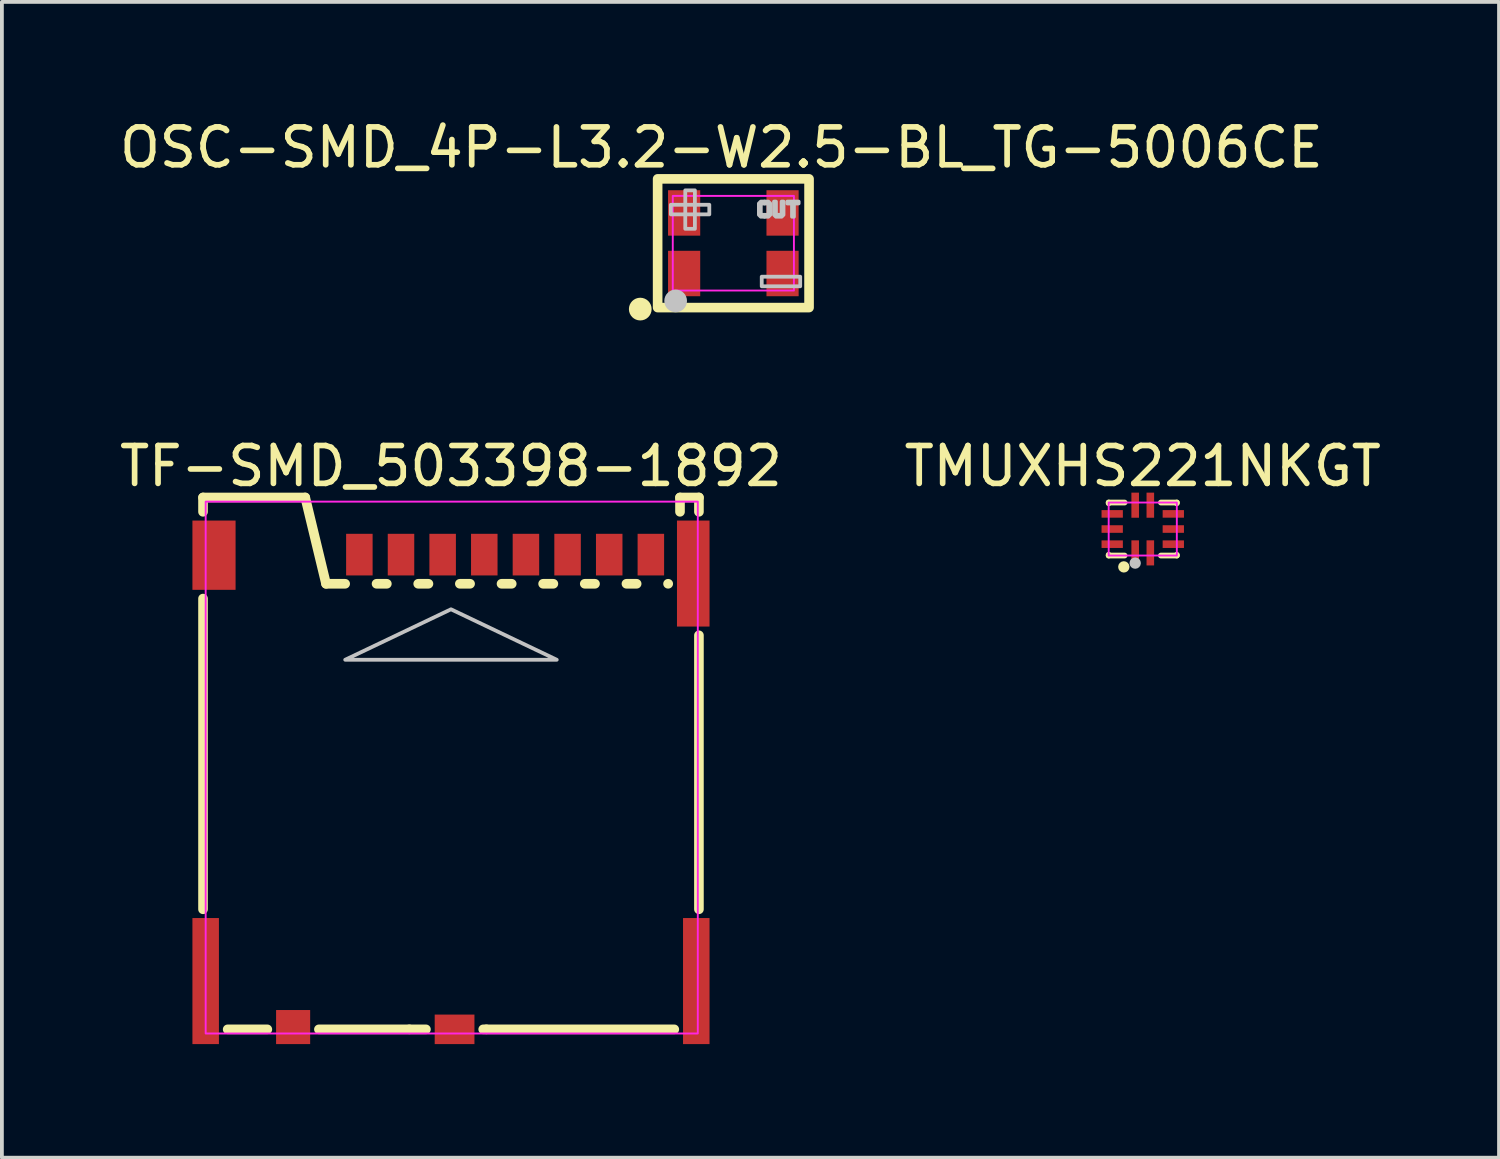
<source format=kicad_pcb>
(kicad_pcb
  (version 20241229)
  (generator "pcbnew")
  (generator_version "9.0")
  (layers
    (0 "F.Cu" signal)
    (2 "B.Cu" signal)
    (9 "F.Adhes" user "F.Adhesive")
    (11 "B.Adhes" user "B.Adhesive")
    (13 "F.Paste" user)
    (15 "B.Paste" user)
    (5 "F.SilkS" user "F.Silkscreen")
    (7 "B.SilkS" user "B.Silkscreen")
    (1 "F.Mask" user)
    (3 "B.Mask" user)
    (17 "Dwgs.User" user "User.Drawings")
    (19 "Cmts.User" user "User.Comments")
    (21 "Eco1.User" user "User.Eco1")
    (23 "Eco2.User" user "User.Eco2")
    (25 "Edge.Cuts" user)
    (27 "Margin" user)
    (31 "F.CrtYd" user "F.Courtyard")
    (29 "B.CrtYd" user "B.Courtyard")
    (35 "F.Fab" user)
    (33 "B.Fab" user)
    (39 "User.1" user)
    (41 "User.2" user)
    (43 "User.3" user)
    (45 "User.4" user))
  (footprint "TF-SMD_503398-1892"
    (layer "F.Cu")
    (at 8.863 17.871)
    (property "Reference" "TF-SMD_503398-1892" (at 0 -8.607 0) (layer "F.SilkS") (effects (font (size 1 1) (thickness 0.15))))
    (fp_line (start -6.55 -7.78) (end -6.55 -7.401) (stroke (width 0.254) (type default)) (layer "F.SilkS"))
    (fp_line (start -6.55 -7.78) (end -3.85 -7.78) (stroke (width 0.254) (type default)) (layer "F.SilkS"))
    (fp_line (start -6.55 -5.109) (end -6.55 3.099) (stroke (width 0.254) (type default)) (layer "F.SilkS"))
    (fp_line (start -4.851 6.27) (end -5.899 6.27) (stroke (width 0.254) (type default)) (layer "F.SilkS"))
    (fp_line (start -3.85 -7.78) (end -3.3 -5.5) (stroke (width 0.254) (type default)) (layer "F.SilkS"))
    (fp_line (start -3.3 -5.5) (end -2.795 -5.5) (stroke (width 0.254) (type default)) (layer "F.SilkS"))
    (fp_line (start -1.966 -5.5) (end -1.694 -5.5) (stroke (width 0.254) (type default)) (layer "F.SilkS"))
    (fp_line (start -1.1 6.27) (end -3.489 6.27) (stroke (width 0.254) (type default)) (layer "F.SilkS"))
    (fp_line (start -0.866 -5.5) (end -0.595 -5.5) (stroke (width 0.254) (type default)) (layer "F.SilkS"))
    (fp_line (start -0.661 6.27) (end -1.1 6.27) (stroke (width 0.254) (type default)) (layer "F.SilkS"))
    (fp_line (start 0.234 -5.5) (end 0.505 -5.5) (stroke (width 0.254) (type default)) (layer "F.SilkS"))
    (fp_line (start 0.935 6.27) (end 0.851 6.27) (stroke (width 0.254) (type default)) (layer "F.SilkS"))
    (fp_line (start 0.935 6.27) (end 5.899 6.27) (stroke (width 0.254) (type default)) (layer "F.SilkS"))
    (fp_line (start 1.335 -5.5) (end 1.605 -5.5) (stroke (width 0.254) (type default)) (layer "F.SilkS"))
    (fp_line (start 2.434 -5.5) (end 2.705 -5.5) (stroke (width 0.254) (type default)) (layer "F.SilkS"))
    (fp_line (start 3.534 -5.5) (end 3.805 -5.5) (stroke (width 0.254) (type default)) (layer "F.SilkS"))
    (fp_line (start 4.635 -5.5) (end 4.905 -5.5) (stroke (width 0.254) (type default)) (layer "F.SilkS"))
    (fp_line (start 5.734 -5.5) (end 5.739 -5.5) (stroke (width 0.254) (type default)) (layer "F.SilkS"))
    (fp_line (start 6.05 -7.78) (end 6.05 -7.401) (stroke (width 0.254) (type default)) (layer "F.SilkS"))
    (fp_line (start 6.55 -7.78) (end 6.05 -7.78) (stroke (width 0.254) (type default)) (layer "F.SilkS"))
    (fp_line (start 6.55 -7.78) (end 6.55 -7.401) (stroke (width 0.254) (type default)) (layer "F.SilkS"))
    (fp_line (start 6.55 -4.139) (end 6.55 3.099) (stroke (width 0.254) (type default)) (layer "F.SilkS"))
    (fp_poly (pts (xy 2.794 -3.493) (xy -2.794 -3.493) (xy 0 -4.826)) (stroke (width 0.1) (type default)) (fill no) (layer "Dwgs.User"))
    (fp_rect (start -6.48 -7.67) (end 6.52 6.38) (stroke (width 0.05) (type solid)) (fill no) (layer "F.CrtYd"))
    (fp_poly (pts (xy -6.155 3.43) (xy -6.545 3.43) (xy -6.54 5.965) (xy -6.16 5.965)) (stroke (width 0.1) (type default)) (fill no) (layer "User.1"))
    (fp_poly (pts (xy -4.455 6.385) (xy -3.95 6.385) (xy -3.95 5.835) (xy -4.455 5.835)) (stroke (width 0.1) (type default)) (fill no) (layer "User.1"))
    (fp_poly (pts (xy -2.615 -6.565) (xy -2.215 -6.565) (xy -2.215 -5.875) (xy -2.615 -5.875)) (stroke (width 0.1) (type default)) (fill no) (layer "User.1"))
    (fp_poly (pts (xy -2.615 -5.885) (xy -2.215 -5.885) (xy -2.215 -5.295) (xy -2.615 -5.295)) (stroke (width 0.1) (type default)) (fill no) (layer "User.1"))
    (fp_poly (pts (xy -1.515 -6.565) (xy -1.115 -6.565) (xy -1.115 -5.875) (xy -1.515 -5.875)) (stroke (width 0.1) (type default)) (fill no) (layer "User.1"))
    (fp_poly (pts (xy -1.515 -5.885) (xy -1.115 -5.885) (xy -1.115 -5.295) (xy -1.515 -5.295)) (stroke (width 0.1) (type default)) (fill no) (layer "User.1"))
    (fp_poly (pts (xy -0.415 -6.565) (xy -0.015 -6.565) (xy -0.015 -5.875) (xy -0.415 -5.875)) (stroke (width 0.1) (type default)) (fill no) (layer "User.1"))
    (fp_poly (pts (xy -0.415 -5.885) (xy -0.015 -5.885) (xy -0.015 -5.295) (xy -0.415 -5.295)) (stroke (width 0.1) (type default)) (fill no) (layer "User.1"))
    (fp_poly (pts (xy -0.245 6.385) (xy -0.245 5.93) (xy 0.355 5.93) (xy 0.355 6.385)) (stroke (width 0.1) (type default)) (fill no) (layer "User.1"))
    (fp_poly (pts (xy 0.685 -6.565) (xy 1.085 -6.565) (xy 1.085 -5.875) (xy 0.685 -5.875)) (stroke (width 0.1) (type default)) (fill no) (layer "User.1"))
    (fp_poly (pts (xy 0.685 -5.885) (xy 1.085 -5.885) (xy 1.085 -5.295) (xy 0.685 -5.295)) (stroke (width 0.1) (type default)) (fill no) (layer "User.1"))
    (fp_poly (pts (xy 1.785 -6.565) (xy 2.185 -6.565) (xy 2.185 -5.875) (xy 1.785 -5.875)) (stroke (width 0.1) (type default)) (fill no) (layer "User.1"))
    (fp_poly (pts (xy 1.785 -5.885) (xy 2.185 -5.885) (xy 2.185 -5.295) (xy 1.785 -5.295)) (stroke (width 0.1) (type default)) (fill no) (layer "User.1"))
    (fp_poly (pts (xy 2.885 -6.565) (xy 3.285 -6.565) (xy 3.285 -5.875) (xy 2.885 -5.875)) (stroke (width 0.1) (type default)) (fill no) (layer "User.1"))
    (fp_poly (pts (xy 2.885 -5.885) (xy 3.285 -5.885) (xy 3.285 -5.295) (xy 2.885 -5.295)) (stroke (width 0.1) (type default)) (fill no) (layer "User.1"))
    (fp_poly (pts (xy 3.985 -6.565) (xy 4.385 -6.565) (xy 4.385 -5.875) (xy 3.985 -5.875)) (stroke (width 0.1) (type default)) (fill no) (layer "User.1"))
    (fp_poly (pts (xy 3.985 -5.885) (xy 4.385 -5.885) (xy 4.385 -5.295) (xy 3.985 -5.295)) (stroke (width 0.1) (type default)) (fill no) (layer "User.1"))
    (fp_poly (pts (xy 5.085 -6.565) (xy 5.485 -6.565) (xy 5.485 -5.875) (xy 5.085 -5.875)) (stroke (width 0.1) (type default)) (fill no) (layer "User.1"))
    (fp_poly (pts (xy 5.085 -5.885) (xy 5.485 -5.885) (xy 5.485 -5.295) (xy 5.085 -5.295)) (stroke (width 0.1) (type default)) (fill no) (layer "User.1"))
    (fp_poly (pts (xy 6.155 5.965) (xy 6.545 5.965) (xy 6.54 3.43) (xy 6.16 3.43)) (stroke (width 0.1) (type default)) (fill no) (layer "User.1"))
    (fp_poly (pts (xy 6.515 -7.08) (xy 6.04 -7.08) (xy 6.04 -4.475) (xy 6.515 -4.475)) (stroke (width 0.1) (type default)) (fill no) (layer "User.1"))
    (fp_poly (pts (xy -5.88 -6.965) (xy -6.395 -6.965) (xy -6.475 -6.945) (xy -6.505 -6.915) (xy -6.545 -6.855) (xy -6.545 -5.65) (xy -6.505 -5.58) (xy -6.465 -5.555) (xy -6.42 -5.535) (xy -5.875 -5.535)) (stroke (width 0.1) (type default)) (fill no) (layer "User.1"))
    (fp_line (start -6.48 -5.15) (end -6.48 6.16) (stroke (width 0.051) (type default)) (layer "User.2"))
    (fp_line (start -6.48 6.16) (end -6.29 6.16) (stroke (width 0.051) (type default)) (layer "User.2"))
    (fp_line (start -6.42 -5.34) (end -6.42 -5.15) (stroke (width 0.051) (type default)) (layer "User.2"))
    (fp_line (start -6.42 -5.15) (end -6.48 -5.15) (stroke (width 0.051) (type default)) (layer "User.2"))
    (fp_line (start -6.29 6.16) (end -6.28 6.38) (stroke (width 0.051) (type default)) (layer "User.2"))
    (fp_line (start -6.28 6.38) (end -5.76 6.38) (stroke (width 0.051) (type default)) (layer "User.2"))
    (fp_line (start -5.89 -7.52) (end -5.88 -5.34) (stroke (width 0.051) (type default)) (layer "User.2"))
    (fp_line (start -5.88 -5.34) (end -6.42 -5.34) (stroke (width 0.051) (type default)) (layer "User.2"))
    (fp_line (start -5.81 -7.66) (end -5.81 -7.52) (stroke (width 0.051) (type default)) (layer "User.2"))
    (fp_line (start -5.81 -7.52) (end -5.89 -7.52) (stroke (width 0.051) (type default)) (layer "User.2"))
    (fp_line (start -5.76 6.38) (end 2.95 6.38) (stroke (width 0.051) (type default)) (layer "User.2"))
    (fp_line (start -3.98 -7.67) (end -5.81 -7.66) (stroke (width 0.051) (type default)) (layer "User.2"))
    (fp_line (start -3.96 -7.66) (end -3.98 -7.67) (stroke (width 0.051) (type default)) (layer "User.2"))
    (fp_line (start -3.96 -7.53) (end -3.96 -7.66) (stroke (width 0.051) (type default)) (layer "User.2"))
    (fp_line (start -3.77 -7.52) (end -3.96 -7.53) (stroke (width 0.051) (type default)) (layer "User.2"))
    (fp_line (start -3.76 -7.18) (end -3.77 -7.52) (stroke (width 0.051) (type default)) (layer "User.2"))
    (fp_line (start -3.74 -7.1) (end -3.76 -7.18) (stroke (width 0.051) (type default)) (layer "User.2"))
    (fp_line (start -3.74 -6.92) (end -3.74 -7.1) (stroke (width 0.051) (type default)) (layer "User.2"))
    (fp_line (start -3.26 -5.37) (end -3.74 -6.92) (stroke (width 0.051) (type default)) (layer "User.2"))
    (fp_line (start 2.95 6.38) (end 6.52 6.38) (stroke (width 0.051) (type default)) (layer "User.2"))
    (fp_line (start 5.84 -5.56) (end 5.84 -5.37) (stroke (width 0.051) (type default)) (layer "User.2"))
    (fp_line (start 5.84 -5.37) (end -3.26 -5.37) (stroke (width 0.051) (type default)) (layer "User.2"))
    (fp_line (start 5.86 -7.27) (end 5.86 -5.57) (stroke (width 0.051) (type default)) (layer "User.2"))
    (fp_line (start 5.86 -5.57) (end 5.84 -5.56) (stroke (width 0.051) (type default)) (layer "User.2"))
    (fp_line (start 5.87 -7.33) (end 5.86 -7.27) (stroke (width 0.051) (type default)) (layer "User.2"))
    (fp_line (start 5.9 -7.42) (end 5.87 -7.33) (stroke (width 0.051) (type default)) (layer "User.2"))
    (fp_line (start 5.94 -7.47) (end 5.9 -7.42) (stroke (width 0.051) (type default)) (layer "User.2"))
    (fp_line (start 6.01 -7.53) (end 5.94 -7.47) (stroke (width 0.051) (type default)) (layer "User.2"))
    (fp_line (start 6.08 -7.56) (end 6.01 -7.53) (stroke (width 0.051) (type default)) (layer "User.2"))
    (fp_line (start 6.16 -7.57) (end 6.08 -7.56) (stroke (width 0.051) (type default)) (layer "User.2"))
    (fp_line (start 6.41 -7.57) (end 6.16 -7.57) (stroke (width 0.051) (type default)) (layer "User.2"))
    (fp_line (start 6.42 -7.66) (end 6.42 -7.58) (stroke (width 0.051) (type default)) (layer "User.2"))
    (fp_line (start 6.42 -7.58) (end 6.41 -7.57) (stroke (width 0.051) (type default)) (layer "User.2"))
    (fp_line (start 6.52 -7.67) (end 6.42 -7.66) (stroke (width 0.051) (type default)) (layer "User.2"))
    (fp_line (start 6.52 6.38) (end 6.52 -7.67) (stroke (width 0.051) (type default)) (layer "User.2"))
    (fp_poly (pts (xy -6.49 -7.693) (xy -6.522 -7.725) (xy -6.568 -7.725) (xy -6.6 -7.693) (xy -6.6 -7.647) (xy -6.568 -7.615) (xy -6.522 -7.615) (xy -6.49 -7.647)) (stroke (width 0.1) (type default)) (fill no) (layer "User.3"))
    (pad "1" smd rect (at -2.42 -6.27) (size 0.7 1.1) (layers "F.Cu" "F.Mask" "F.Paste"))
    (pad "2" smd rect (at -1.32 -6.27) (size 0.7 1.1) (layers "F.Cu" "F.Mask" "F.Paste"))
    (pad "3" smd rect (at -0.22 -6.27) (size 0.7 1.1) (layers "F.Cu" "F.Mask" "F.Paste"))
    (pad "4" smd rect (at 0.88 -6.27) (size 0.7 1.1) (layers "F.Cu" "F.Mask" "F.Paste"))
    (pad "5" smd rect (at 1.98 -6.27) (size 0.7 1.1) (layers "F.Cu" "F.Mask" "F.Paste"))
    (pad "6" smd rect (at 3.08 -6.27) (size 0.7 1.1) (layers "F.Cu" "F.Mask" "F.Paste"))
    (pad "7" smd rect (at 4.18 -6.27) (size 0.7 1.1) (layers "F.Cu" "F.Mask" "F.Paste"))
    (pad "8" smd rect (at 5.28 -6.27) (size 0.7 1.1) (layers "F.Cu" "F.Mask" "F.Paste"))
    (pad "9" smd rect (at 0.095 6.27) (size 1.05 0.78) (layers "F.Cu" "F.Mask" "F.Paste"))
    (pad "10" smd rect (at -4.17 6.21) (size 0.9 0.9) (layers "F.Cu" "F.Mask" "F.Paste"))
    (pad "11" smd rect (at -6.48 4.995) (size 0.7 3.33) (layers "F.Cu" "F.Mask" "F.Paste"))
    (pad "11" smd rect (at -6.26 -6.255) (size 1.14 1.83) (layers "F.Cu" "F.Mask" "F.Paste"))
    (pad "11" smd rect (at 6.4 -5.77) (size 0.86 2.8) (layers "F.Cu" "F.Mask" "F.Paste"))
    (pad "11" smd rect (at 6.48 4.995) (size 0.7 3.33) (layers "F.Cu" "F.Mask" "F.Paste")))
  (footprint "OSC-SMD_4P-L3.2-W2.5-BL_TG-5006CE"
    (layer "F.Cu")
    (at 16.322 3.375)
    (property "Reference" "OSC-SMD_4P-L3.2-W2.5-BL_TG-5006CE" (at -0.316 -2.527 0) (layer "F.SilkS") (effects (font (size 1 1) (thickness 0.15))))
    (fp_rect (start -2 -1.7) (end 2 1.7) (stroke (width 0.254) (type default)) (fill no) (layer "F.SilkS"))
    (fp_arc (start -2.4575 1.59) (mid -2.45825 1.890003) (end -2.46 1.59) (stroke (width 0.3) (type default)) (layer "F.SilkS"))
    (fp_circle (center -1.524 1.524) (end -1.374 1.524) (stroke (width 0.3) (type default)) (fill no) (layer "Dwgs.User"))
    (fp_poly (pts (xy 1.425 -1.1) (xy 1.725 -1.1) (xy 1.725 -1.05) (xy 1.425 -1.05)) (stroke (width 0.1) (type default)) (fill no) (layer "Dwgs.User"))
    (fp_poly (pts (xy 1.55 -1.05) (xy 1.55 -0.7) (xy 1.6 -0.7) (xy 1.6 -1.05)) (stroke (width 0.1) (type default)) (fill no) (layer "Dwgs.User"))
    (fp_poly (pts (xy -1.524 -1.016) (xy -0.635 -1.016) (xy -0.635 -0.889) (xy -0.635 -0.762) (xy -1.651 -0.762) (xy -1.651 -1.016)) (stroke (width 0.1) (type default)) (fill no) (layer "Dwgs.User"))
    (fp_poly (pts (xy -1.27 -0.508) (xy -1.27 -1.397) (xy -1.143 -1.397) (xy -1.016 -1.397) (xy -1.016 -0.381) (xy -1.27 -0.381)) (stroke (width 0.1) (type default)) (fill no) (layer "Dwgs.User"))
    (fp_poly (pts (xy 0.876 0.884) (xy 1.766 0.884) (xy 1.766 1.011) (xy 1.766 1.138) (xy 0.75 1.138) (xy 0.75 0.884)) (stroke (width 0.1) (type default)) (fill no) (layer "Dwgs.User"))
    (fp_poly (pts (xy 1.075 -1.1) (xy 1.075 -0.75) (xy 1.125 -0.7) (xy 1.275 -0.7) (xy 1.325 -0.75) (xy 1.325 -1.1) (xy 1.275 -1.1) (xy 1.275 -0.75) (xy 1.125 -0.75) (xy 1.125 -1.1)) (stroke (width 0.1) (type default)) (fill no) (layer "Dwgs.User"))
    (fp_poly (pts (xy 0.725 -1.1) (xy 0.675 -1.05) (xy 0.675 -0.85) (xy 0.675 -0.75) (xy 0.725 -0.7) (xy 0.775 -0.7) (xy 0.825 -0.7) (xy 0.825 -0.75) (xy 0.725 -0.75) (xy 0.725 -1) (xy 0.725 -1.05) (xy 0.825 -1.05) (xy 0.825 -1.1)) (stroke (width 0.1) (type default)) (fill no) (layer "Dwgs.User"))
    (fp_poly (pts (xy 0.925 -0.7) (xy 0.975 -0.75) (xy 0.975 -0.95) (xy 0.975 -1.05) (xy 0.925 -1.1) (xy 0.875 -1.1) (xy 0.825 -1.1) (xy 0.825 -1.05) (xy 0.925 -1.05) (xy 0.925 -0.8) (xy 0.925 -0.75) (xy 0.825 -0.75) (xy 0.825 -0.7)) (stroke (width 0.1) (type default)) (fill no) (layer "Dwgs.User"))
    (fp_rect (start -1.6 -1.25) (end 1.6 1.25) (stroke (width 0.05) (type solid)) (fill no) (layer "F.CrtYd"))
    (fp_poly (pts (xy -1.6 1.1) (arc (start -1.58 1.1) (mid -1.473934 1.143934) (end -1.43 1.25)) (xy -1.33 1.25) (xy -1.36 1.17) (xy -0.94 1.17) (xy -0.94 0.92) (xy -1.13 0.92) (arc (start -1.16 0.92) (mid -1.251924 0.881924) (end -1.29 0.79)) (xy -1.29 0.53) (xy -1.53 0.73) (xy -1.53 1.04) (xy -1.6 1.01)) (stroke (width 0.1) (type default)) (fill no) (layer "User.1"))
    (fp_poly (pts (xy -1.43 -1.25) (xy -1.34 -1.25) (xy -1.36 -1.18) (xy -0.93 -1.18) (xy -0.93 -0.93) (arc (start -1.18 -0.93) (mid -1.257782 -0.897782) (end -1.29 -0.82)) (xy -1.29 -0.78) (xy -1.29 -0.52) (xy -1.53 -0.52) (xy -1.53 -1.05) (xy -1.6 -1.02) (xy -1.6 -1.11) (arc (start -1.58 -1.11) (mid -1.481005 -1.151005) (end -1.44 -1.25))) (stroke (width 0.1) (type default)) (fill no) (layer "User.1"))
    (fp_poly (pts (xy 1.43 -1.25) (xy 1.34 -1.25) (xy 1.36 -1.18) (xy 0.93 -1.18) (xy 0.93 -0.93) (arc (start 1.18 -0.93) (mid 1.257782 -0.897782) (end 1.29 -0.82)) (xy 1.29 -0.78) (xy 1.29 -0.52) (xy 1.53 -0.52) (xy 1.53 -1.05) (xy 1.6 -1.02) (xy 1.6 -1.11) (arc (start 1.58 -1.11) (mid 1.481005 -1.151005) (end 1.44 -1.25))) (stroke (width 0.1) (type default)) (fill no) (layer "User.1"))
    (fp_poly (pts (xy 1.43 1.25) (xy 1.34 1.25) (xy 1.36 1.18) (xy 0.93 1.18) (xy 0.93 0.93) (arc (start 1.18 0.93) (mid 1.257782 0.897782) (end 1.29 0.82)) (xy 1.29 0.78) (xy 1.29 0.52) (xy 1.53 0.52) (xy 1.53 1.05) (xy 1.6 1.02) (xy 1.6 1.11) (arc (start 1.58 1.11) (mid 1.481005 1.151005) (end 1.44 1.25))) (stroke (width 0.1) (type default)) (fill no) (layer "User.1"))
    (fp_line (start -1.6 -1.25) (end 1.6 -1.25) (stroke (width 0.051) (type default)) (layer "User.2"))
    (fp_line (start -1.6 1.25) (end -1.6 -1.25) (stroke (width 0.051) (type default)) (layer "User.2"))
    (fp_line (start 1.6 -1.25) (end 1.6 1.25) (stroke (width 0.051) (type default)) (layer "User.2"))
    (fp_line (start 1.6 1.25) (end -1.6 1.25) (stroke (width 0.051) (type default)) (layer "User.2"))
    (fp_poly (pts (xy -1.545 1.227) (xy -1.577 1.195) (xy -1.623 1.195) (xy -1.655 1.227) (xy -1.655 1.273) (xy -1.623 1.305) (xy -1.577 1.305) (xy -1.545 1.273)) (stroke (width 0.1) (type default)) (fill no) (layer "User.3"))
    (pad "1" smd rect (at -1.3 0.8) (size 0.85 1.2) (layers "F.Cu" "F.Mask" "F.Paste"))
    (pad "2" smd rect (at 1.3 0.8) (size 0.85 1.2) (layers "F.Cu" "F.Mask" "F.Paste"))
    (pad "3" smd rect (at 1.3 -0.8) (size 0.85 1.2) (layers "F.Cu" "F.Mask" "F.Paste"))
    (pad "4" smd rect (at -1.3 -0.8) (size 0.85 1.2) (layers "F.Cu" "F.Mask" "F.Paste")))
  (footprint "TMUXHS221NKGT"
    (layer "F.Cu")
    (at 27.137 10.925)
    (property "Reference" "TMUXHS221NKGT" (at 0 -1.661 0) (layer "F.SilkS") (effects (font (size 1 1) (thickness 0.15))))
    (fp_line (start -0.9 -0.7) (end -0.9 -0.68) (stroke (width 0.152) (type default)) (layer "F.SilkS"))
    (fp_line (start -0.9 0.68) (end -0.9 0.7) (stroke (width 0.152) (type default)) (layer "F.SilkS"))
    (fp_line (start -0.9 0.7) (end -0.48 0.7) (stroke (width 0.152) (type default)) (layer "F.SilkS"))
    (fp_line (start -0.48 -0.7) (end -0.9 -0.7) (stroke (width 0.152) (type default)) (layer "F.SilkS"))
    (fp_line (start 0.48 0.7) (end 0.9 0.7) (stroke (width 0.152) (type default)) (layer "F.SilkS"))
    (fp_line (start 0.9 -0.7) (end 0.48 -0.7) (stroke (width 0.152) (type default)) (layer "F.SilkS"))
    (fp_line (start 0.9 -0.68) (end 0.9 -0.7) (stroke (width 0.152) (type default)) (layer "F.SilkS"))
    (fp_line (start 0.9 0.7) (end 0.9 0.68) (stroke (width 0.152) (type default)) (layer "F.SilkS"))
    (fp_circle (center -0.5 1) (end -0.425 1) (stroke (width 0.15) (type default)) (fill no) (layer "F.SilkS"))
    (fp_circle (center -0.2 0.9) (end -0.125 0.9) (stroke (width 0.15) (type default)) (fill no) (layer "Dwgs.User"))
    (fp_rect (start -0.9 -0.7) (end 0.9 0.7) (stroke (width 0.05) (type default)) (fill no) (layer "F.CrtYd"))
    (fp_poly (pts (xy -0.9 -0.5) (xy -0.5 -0.5) (xy -0.5 -0.3) (xy -0.9 -0.3)) (stroke (width 0.1) (type default)) (fill no) (layer "User.1"))
    (fp_poly (pts (xy -0.9 -0.1) (xy -0.5 -0.1) (xy -0.5 0.1) (xy -0.9 0.1)) (stroke (width 0.1) (type default)) (fill no) (layer "User.1"))
    (fp_poly (pts (xy -0.9 0.3) (xy -0.5 0.3) (xy -0.5 0.5) (xy -0.9 0.5)) (stroke (width 0.1) (type default)) (fill no) (layer "User.1"))
    (fp_poly (pts (xy -0.3 -0.7) (xy -0.3 -0.3) (xy -0.1 -0.3) (xy -0.1 -0.7)) (stroke (width 0.1) (type default)) (fill no) (layer "User.1"))
    (fp_poly (pts (xy -0.3 0.7) (xy -0.3 0.3) (xy -0.1 0.3) (xy -0.1 0.7)) (stroke (width 0.1) (type default)) (fill no) (layer "User.1"))
    (fp_poly (pts (xy 0.1 -0.7) (xy 0.1 -0.3) (xy 0.3 -0.3) (xy 0.3 -0.7)) (stroke (width 0.1) (type default)) (fill no) (layer "User.1"))
    (fp_poly (pts (xy 0.1 0.7) (xy 0.1 0.3) (xy 0.3 0.3) (xy 0.3 0.7)) (stroke (width 0.1) (type default)) (fill no) (layer "User.1"))
    (fp_poly (pts (xy 0.5 -0.5) (xy 0.9 -0.5) (xy 0.9 -0.3) (xy 0.5 -0.3)) (stroke (width 0.1) (type default)) (fill no) (layer "User.1"))
    (fp_poly (pts (xy 0.5 -0.1) (xy 0.9 -0.1) (xy 0.9 0.1) (xy 0.5 0.1)) (stroke (width 0.1) (type default)) (fill no) (layer "User.1"))
    (fp_poly (pts (xy 0.5 0.3) (xy 0.9 0.3) (xy 0.9 0.5) (xy 0.5 0.5)) (stroke (width 0.1) (type default)) (fill no) (layer "User.1"))
    (fp_line (start -0.9 -0.7) (end 0.9 -0.7) (stroke (width 0.051) (type default)) (layer "User.2"))
    (fp_line (start -0.9 0.7) (end -0.9 -0.7) (stroke (width 0.051) (type default)) (layer "User.2"))
    (fp_line (start 0.9 -0.7) (end 0.9 0.7) (stroke (width 0.051) (type default)) (layer "User.2"))
    (fp_line (start 0.9 0.7) (end -0.9 0.7) (stroke (width 0.051) (type default)) (layer "User.2"))
    (fp_poly (pts (xy -0.845 0.677) (xy -0.877 0.645) (xy -0.923 0.645) (xy -0.955 0.677) (xy -0.955 0.723) (xy -0.923 0.755) (xy -0.877 0.755) (xy -0.845 0.723)) (stroke (width 0.1) (type default)) (fill no) (layer "User.3"))
    (pad "1" smd rect (at -0.2 0.63) (size 0.2 0.663) (layers "F.Cu" "F.Mask" "F.Paste"))
    (pad "2" smd rect (at 0.2 0.63) (size 0.2 0.663) (layers "F.Cu" "F.Mask" "F.Paste"))
    (pad "3" smd rect (at 0.807 0.4) (size 0.563 0.2) (layers "F.Cu" "F.Mask" "F.Paste"))
    (pad "4" smd rect (at 0.807 0) (size 0.563 0.2) (layers "F.Cu" "F.Mask" "F.Paste"))
    (pad "5" smd rect (at 0.807 -0.4) (size 0.563 0.2) (layers "F.Cu" "F.Mask" "F.Paste"))
    (pad "6" smd rect (at 0.2 -0.63) (size 0.2 0.663) (layers "F.Cu" "F.Mask" "F.Paste"))
    (pad "7" smd rect (at -0.2 -0.63) (size 0.2 0.663) (layers "F.Cu" "F.Mask" "F.Paste"))
    (pad "8" smd rect (at -0.807 -0.4) (size 0.563 0.2) (layers "F.Cu" "F.Mask" "F.Paste"))
    (pad "9" smd rect (at -0.807 0) (size 0.563 0.2) (layers "F.Cu" "F.Mask" "F.Paste"))
    (pad "10" smd rect (at -0.807 0.4) (size 0.563 0.2) (layers "F.Cu" "F.Mask" "F.Paste")))
  (gr_rect
    (start -3 -3)
    (end 36.548 27.531)
    (stroke (width 0.1) (type default))
    (fill no)
    (layer "Edge.Cuts")))
</source>
